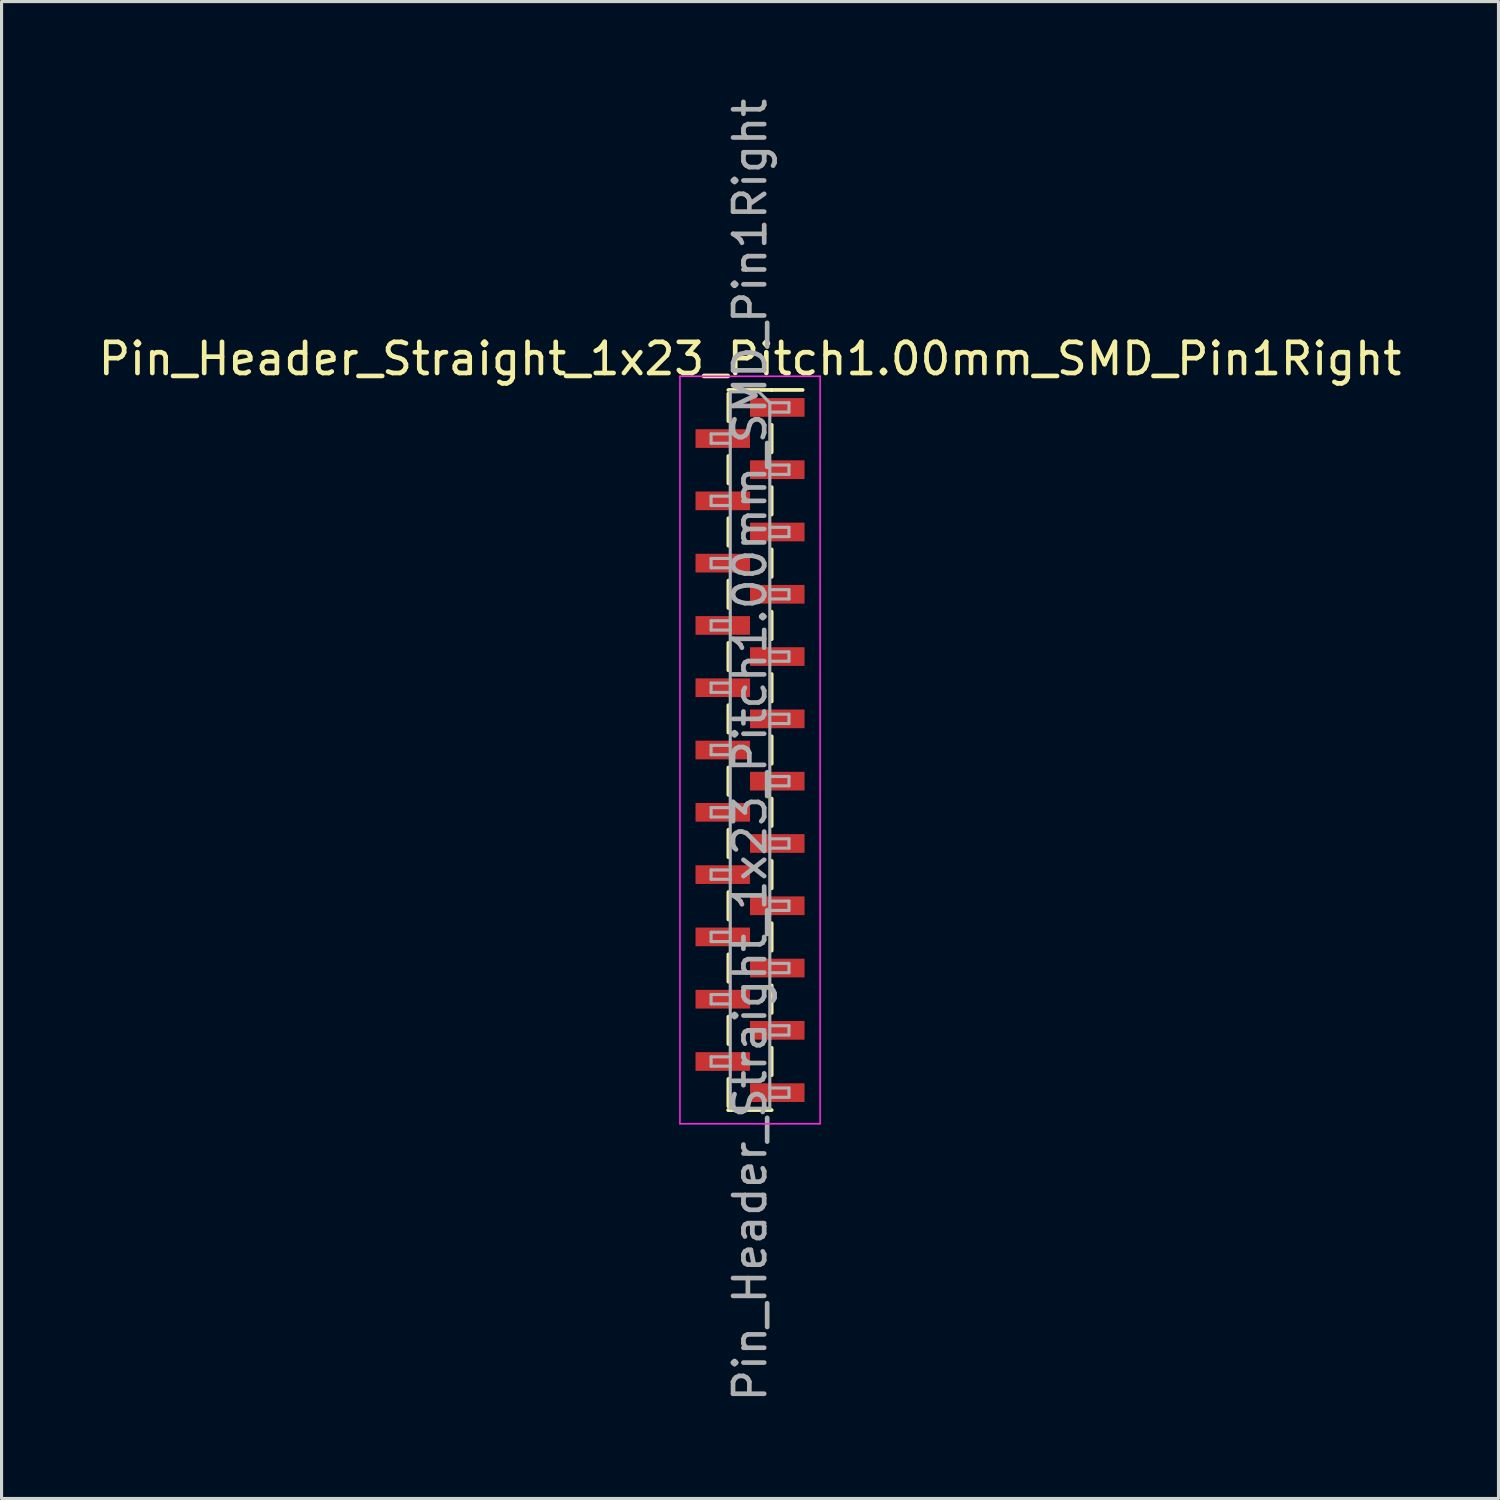
<source format=kicad_pcb>
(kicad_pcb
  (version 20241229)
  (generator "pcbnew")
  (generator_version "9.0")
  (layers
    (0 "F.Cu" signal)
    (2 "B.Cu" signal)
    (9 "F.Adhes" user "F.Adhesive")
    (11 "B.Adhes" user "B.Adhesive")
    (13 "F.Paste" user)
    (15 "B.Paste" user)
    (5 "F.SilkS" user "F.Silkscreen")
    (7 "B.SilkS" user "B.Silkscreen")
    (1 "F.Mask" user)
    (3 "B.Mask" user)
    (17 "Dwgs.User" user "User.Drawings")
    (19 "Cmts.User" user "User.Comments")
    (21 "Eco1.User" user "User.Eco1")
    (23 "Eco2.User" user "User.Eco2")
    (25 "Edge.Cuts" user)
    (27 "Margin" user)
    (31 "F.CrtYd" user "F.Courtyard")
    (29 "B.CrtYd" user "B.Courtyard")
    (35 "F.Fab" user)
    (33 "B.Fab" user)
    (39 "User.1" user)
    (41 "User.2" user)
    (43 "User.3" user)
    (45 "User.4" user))
  (footprint "Pin_Header_Straight_1x23_Pitch1.00mm_SMD_Pin1Right"
    (layer "F.Cu")
    (at 21.03 21.03)
    (property "Reference" "Pin_Header_Straight_1x23_Pitch1.00mm_SMD_Pin1Right" (at 0 -12.56 0) (layer "F.SilkS") (effects (font (size 1 1) (thickness 0.15))))
    (attr smd)
    (fp_line (start -0.695 -11.56) (end 0.695 -11.56) (stroke (width 0.12) (type solid)) (layer "F.SilkS"))
    (fp_line (start -0.695 -11.44) (end -0.695 -10.56) (stroke (width 0.12) (type solid)) (layer "F.SilkS"))
    (fp_line (start -0.695 -9.44) (end -0.695 -8.56) (stroke (width 0.12) (type solid)) (layer "F.SilkS"))
    (fp_line (start -0.695 -7.44) (end -0.695 -6.56) (stroke (width 0.12) (type solid)) (layer "F.SilkS"))
    (fp_line (start -0.695 -5.44) (end -0.695 -4.56) (stroke (width 0.12) (type solid)) (layer "F.SilkS"))
    (fp_line (start -0.695 -3.44) (end -0.695 -2.56) (stroke (width 0.12) (type solid)) (layer "F.SilkS"))
    (fp_line (start -0.695 -1.44) (end -0.695 -0.56) (stroke (width 0.12) (type solid)) (layer "F.SilkS"))
    (fp_line (start -0.695 0.56) (end -0.695 1.44) (stroke (width 0.12) (type solid)) (layer "F.SilkS"))
    (fp_line (start -0.695 2.56) (end -0.695 3.44) (stroke (width 0.12) (type solid)) (layer "F.SilkS"))
    (fp_line (start -0.695 4.56) (end -0.695 5.44) (stroke (width 0.12) (type solid)) (layer "F.SilkS"))
    (fp_line (start -0.695 6.56) (end -0.695 7.44) (stroke (width 0.12) (type solid)) (layer "F.SilkS"))
    (fp_line (start -0.695 8.56) (end -0.695 9.44) (stroke (width 0.12) (type solid)) (layer "F.SilkS"))
    (fp_line (start -0.695 10.56) (end -0.695 11.44) (stroke (width 0.12) (type solid)) (layer "F.SilkS"))
    (fp_line (start -0.695 11.56) (end -0.695 11.56) (stroke (width 0.12) (type solid)) (layer "F.SilkS"))
    (fp_line (start -0.695 11.56) (end 0.695 11.56) (stroke (width 0.12) (type solid)) (layer "F.SilkS"))
    (fp_line (start 0.695 -11.56) (end 0.695 -11.56) (stroke (width 0.12) (type solid)) (layer "F.SilkS"))
    (fp_line (start 0.695 -11.56) (end 1.69 -11.56) (stroke (width 0.12) (type solid)) (layer "F.SilkS"))
    (fp_line (start 0.695 -10.44) (end 0.695 -9.56) (stroke (width 0.12) (type solid)) (layer "F.SilkS"))
    (fp_line (start 0.695 -8.44) (end 0.695 -7.56) (stroke (width 0.12) (type solid)) (layer "F.SilkS"))
    (fp_line (start 0.695 -6.44) (end 0.695 -5.56) (stroke (width 0.12) (type solid)) (layer "F.SilkS"))
    (fp_line (start 0.695 -4.44) (end 0.695 -3.56) (stroke (width 0.12) (type solid)) (layer "F.SilkS"))
    (fp_line (start 0.695 -2.44) (end 0.695 -1.56) (stroke (width 0.12) (type solid)) (layer "F.SilkS"))
    (fp_line (start 0.695 -0.44) (end 0.695 0.44) (stroke (width 0.12) (type solid)) (layer "F.SilkS"))
    (fp_line (start 0.695 1.56) (end 0.695 2.44) (stroke (width 0.12) (type solid)) (layer "F.SilkS"))
    (fp_line (start 0.695 3.56) (end 0.695 4.44) (stroke (width 0.12) (type solid)) (layer "F.SilkS"))
    (fp_line (start 0.695 5.56) (end 0.695 6.44) (stroke (width 0.12) (type solid)) (layer "F.SilkS"))
    (fp_line (start 0.695 7.56) (end 0.695 8.44) (stroke (width 0.12) (type solid)) (layer "F.SilkS"))
    (fp_line (start 0.695 9.56) (end 0.695 10.44) (stroke (width 0.12) (type solid)) (layer "F.SilkS"))
    (fp_line (start -2.25 -12) (end -2.25 12) (stroke (width 0.05) (type solid)) (layer "F.CrtYd"))
    (fp_line (start -2.25 12) (end 2.25 12) (stroke (width 0.05) (type solid)) (layer "F.CrtYd"))
    (fp_line (start 2.25 -12) (end -2.25 -12) (stroke (width 0.05) (type solid)) (layer "F.CrtYd"))
    (fp_line (start 2.25 12) (end 2.25 -12) (stroke (width 0.05) (type solid)) (layer "F.CrtYd"))
    (fp_line (start -1.25 -10.15) (end -1.25 -9.85) (stroke (width 0.1) (type solid)) (layer "F.Fab"))
    (fp_line (start -1.25 -9.85) (end -0.635 -9.85) (stroke (width 0.1) (type solid)) (layer "F.Fab"))
    (fp_line (start -1.25 -8.15) (end -1.25 -7.85) (stroke (width 0.1) (type solid)) (layer "F.Fab"))
    (fp_line (start -1.25 -7.85) (end -0.635 -7.85) (stroke (width 0.1) (type solid)) (layer "F.Fab"))
    (fp_line (start -1.25 -6.15) (end -1.25 -5.85) (stroke (width 0.1) (type solid)) (layer "F.Fab"))
    (fp_line (start -1.25 -5.85) (end -0.635 -5.85) (stroke (width 0.1) (type solid)) (layer "F.Fab"))
    (fp_line (start -1.25 -4.15) (end -1.25 -3.85) (stroke (width 0.1) (type solid)) (layer "F.Fab"))
    (fp_line (start -1.25 -3.85) (end -0.635 -3.85) (stroke (width 0.1) (type solid)) (layer "F.Fab"))
    (fp_line (start -1.25 -2.15) (end -1.25 -1.85) (stroke (width 0.1) (type solid)) (layer "F.Fab"))
    (fp_line (start -1.25 -1.85) (end -0.635 -1.85) (stroke (width 0.1) (type solid)) (layer "F.Fab"))
    (fp_line (start -1.25 -0.15) (end -1.25 0.15) (stroke (width 0.1) (type solid)) (layer "F.Fab"))
    (fp_line (start -1.25 0.15) (end -0.635 0.15) (stroke (width 0.1) (type solid)) (layer "F.Fab"))
    (fp_line (start -1.25 1.85) (end -1.25 2.15) (stroke (width 0.1) (type solid)) (layer "F.Fab"))
    (fp_line (start -1.25 2.15) (end -0.635 2.15) (stroke (width 0.1) (type solid)) (layer "F.Fab"))
    (fp_line (start -1.25 3.85) (end -1.25 4.15) (stroke (width 0.1) (type solid)) (layer "F.Fab"))
    (fp_line (start -1.25 4.15) (end -0.635 4.15) (stroke (width 0.1) (type solid)) (layer "F.Fab"))
    (fp_line (start -1.25 5.85) (end -1.25 6.15) (stroke (width 0.1) (type solid)) (layer "F.Fab"))
    (fp_line (start -1.25 6.15) (end -0.635 6.15) (stroke (width 0.1) (type solid)) (layer "F.Fab"))
    (fp_line (start -1.25 7.85) (end -1.25 8.15) (stroke (width 0.1) (type solid)) (layer "F.Fab"))
    (fp_line (start -1.25 8.15) (end -0.635 8.15) (stroke (width 0.1) (type solid)) (layer "F.Fab"))
    (fp_line (start -1.25 9.85) (end -1.25 10.15) (stroke (width 0.1) (type solid)) (layer "F.Fab"))
    (fp_line (start -1.25 10.15) (end -0.635 10.15) (stroke (width 0.1) (type solid)) (layer "F.Fab"))
    (fp_line (start -0.635 -11.5) (end -0.635 11.5) (stroke (width 0.1) (type solid)) (layer "F.Fab"))
    (fp_line (start -0.635 -11.5) (end 0.285 -11.5) (stroke (width 0.1) (type solid)) (layer "F.Fab"))
    (fp_line (start -0.635 -10.15) (end -1.25 -10.15) (stroke (width 0.1) (type solid)) (layer "F.Fab"))
    (fp_line (start -0.635 -8.15) (end -1.25 -8.15) (stroke (width 0.1) (type solid)) (layer "F.Fab"))
    (fp_line (start -0.635 -6.15) (end -1.25 -6.15) (stroke (width 0.1) (type solid)) (layer "F.Fab"))
    (fp_line (start -0.635 -4.15) (end -1.25 -4.15) (stroke (width 0.1) (type solid)) (layer "F.Fab"))
    (fp_line (start -0.635 -2.15) (end -1.25 -2.15) (stroke (width 0.1) (type solid)) (layer "F.Fab"))
    (fp_line (start -0.635 -0.15) (end -1.25 -0.15) (stroke (width 0.1) (type solid)) (layer "F.Fab"))
    (fp_line (start -0.635 1.85) (end -1.25 1.85) (stroke (width 0.1) (type solid)) (layer "F.Fab"))
    (fp_line (start -0.635 3.85) (end -1.25 3.85) (stroke (width 0.1) (type solid)) (layer "F.Fab"))
    (fp_line (start -0.635 5.85) (end -1.25 5.85) (stroke (width 0.1) (type solid)) (layer "F.Fab"))
    (fp_line (start -0.635 7.85) (end -1.25 7.85) (stroke (width 0.1) (type solid)) (layer "F.Fab"))
    (fp_line (start -0.635 9.85) (end -1.25 9.85) (stroke (width 0.1) (type solid)) (layer "F.Fab"))
    (fp_line (start 0.635 -11.15) (end 0.285 -11.5) (stroke (width 0.1) (type solid)) (layer "F.Fab"))
    (fp_line (start 0.635 -11.15) (end 1.25 -11.15) (stroke (width 0.1) (type solid)) (layer "F.Fab"))
    (fp_line (start 0.635 -9.15) (end 1.25 -9.15) (stroke (width 0.1) (type solid)) (layer "F.Fab"))
    (fp_line (start 0.635 -7.15) (end 1.25 -7.15) (stroke (width 0.1) (type solid)) (layer "F.Fab"))
    (fp_line (start 0.635 -5.15) (end 1.25 -5.15) (stroke (width 0.1) (type solid)) (layer "F.Fab"))
    (fp_line (start 0.635 -3.15) (end 1.25 -3.15) (stroke (width 0.1) (type solid)) (layer "F.Fab"))
    (fp_line (start 0.635 -1.15) (end 1.25 -1.15) (stroke (width 0.1) (type solid)) (layer "F.Fab"))
    (fp_line (start 0.635 0.85) (end 1.25 0.85) (stroke (width 0.1) (type solid)) (layer "F.Fab"))
    (fp_line (start 0.635 2.85) (end 1.25 2.85) (stroke (width 0.1) (type solid)) (layer "F.Fab"))
    (fp_line (start 0.635 4.85) (end 1.25 4.85) (stroke (width 0.1) (type solid)) (layer "F.Fab"))
    (fp_line (start 0.635 6.85) (end 1.25 6.85) (stroke (width 0.1) (type solid)) (layer "F.Fab"))
    (fp_line (start 0.635 8.85) (end 1.25 8.85) (stroke (width 0.1) (type solid)) (layer "F.Fab"))
    (fp_line (start 0.635 10.85) (end 1.25 10.85) (stroke (width 0.1) (type solid)) (layer "F.Fab"))
    (fp_line (start 0.635 11.5) (end -0.635 11.5) (stroke (width 0.1) (type solid)) (layer "F.Fab"))
    (fp_line (start 0.635 11.5) (end 0.635 -11.15) (stroke (width 0.1) (type solid)) (layer "F.Fab"))
    (fp_line (start 1.25 -11.15) (end 1.25 -10.85) (stroke (width 0.1) (type solid)) (layer "F.Fab"))
    (fp_line (start 1.25 -10.85) (end 0.635 -10.85) (stroke (width 0.1) (type solid)) (layer "F.Fab"))
    (fp_line (start 1.25 -9.15) (end 1.25 -8.85) (stroke (width 0.1) (type solid)) (layer "F.Fab"))
    (fp_line (start 1.25 -8.85) (end 0.635 -8.85) (stroke (width 0.1) (type solid)) (layer "F.Fab"))
    (fp_line (start 1.25 -7.15) (end 1.25 -6.85) (stroke (width 0.1) (type solid)) (layer "F.Fab"))
    (fp_line (start 1.25 -6.85) (end 0.635 -6.85) (stroke (width 0.1) (type solid)) (layer "F.Fab"))
    (fp_line (start 1.25 -5.15) (end 1.25 -4.85) (stroke (width 0.1) (type solid)) (layer "F.Fab"))
    (fp_line (start 1.25 -4.85) (end 0.635 -4.85) (stroke (width 0.1) (type solid)) (layer "F.Fab"))
    (fp_line (start 1.25 -3.15) (end 1.25 -2.85) (stroke (width 0.1) (type solid)) (layer "F.Fab"))
    (fp_line (start 1.25 -2.85) (end 0.635 -2.85) (stroke (width 0.1) (type solid)) (layer "F.Fab"))
    (fp_line (start 1.25 -1.15) (end 1.25 -0.85) (stroke (width 0.1) (type solid)) (layer "F.Fab"))
    (fp_line (start 1.25 -0.85) (end 0.635 -0.85) (stroke (width 0.1) (type solid)) (layer "F.Fab"))
    (fp_line (start 1.25 0.85) (end 1.25 1.15) (stroke (width 0.1) (type solid)) (layer "F.Fab"))
    (fp_line (start 1.25 1.15) (end 0.635 1.15) (stroke (width 0.1) (type solid)) (layer "F.Fab"))
    (fp_line (start 1.25 2.85) (end 1.25 3.15) (stroke (width 0.1) (type solid)) (layer "F.Fab"))
    (fp_line (start 1.25 3.15) (end 0.635 3.15) (stroke (width 0.1) (type solid)) (layer "F.Fab"))
    (fp_line (start 1.25 4.85) (end 1.25 5.15) (stroke (width 0.1) (type solid)) (layer "F.Fab"))
    (fp_line (start 1.25 5.15) (end 0.635 5.15) (stroke (width 0.1) (type solid)) (layer "F.Fab"))
    (fp_line (start 1.25 6.85) (end 1.25 7.15) (stroke (width 0.1) (type solid)) (layer "F.Fab"))
    (fp_line (start 1.25 7.15) (end 0.635 7.15) (stroke (width 0.1) (type solid)) (layer "F.Fab"))
    (fp_line (start 1.25 8.85) (end 1.25 9.15) (stroke (width 0.1) (type solid)) (layer "F.Fab"))
    (fp_line (start 1.25 9.15) (end 0.635 9.15) (stroke (width 0.1) (type solid)) (layer "F.Fab"))
    (fp_line (start 1.25 10.85) (end 1.25 11.15) (stroke (width 0.1) (type solid)) (layer "F.Fab"))
    (fp_line (start 1.25 11.15) (end 0.635 11.15) (stroke (width 0.1) (type solid)) (layer "F.Fab"))
    (fp_text user "${REFERENCE}" (at 0 0 90) (layer "F.Fab") (effects (font (size 1 1) (thickness 0.15))))
    (pad "1" smd rect (at 0.875 -11) (size 1.75 0.6) (layers "F.Cu" "F.Mask" "F.Paste"))
    (pad "2" smd rect (at -0.875 -10) (size 1.75 0.6) (layers "F.Cu" "F.Mask" "F.Paste"))
    (pad "3" smd rect (at 0.875 -9) (size 1.75 0.6) (layers "F.Cu" "F.Mask" "F.Paste"))
    (pad "4" smd rect (at -0.875 -8) (size 1.75 0.6) (layers "F.Cu" "F.Mask" "F.Paste"))
    (pad "5" smd rect (at 0.875 -7) (size 1.75 0.6) (layers "F.Cu" "F.Mask" "F.Paste"))
    (pad "6" smd rect (at -0.875 -6) (size 1.75 0.6) (layers "F.Cu" "F.Mask" "F.Paste"))
    (pad "7" smd rect (at 0.875 -5) (size 1.75 0.6) (layers "F.Cu" "F.Mask" "F.Paste"))
    (pad "8" smd rect (at -0.875 -4) (size 1.75 0.6) (layers "F.Cu" "F.Mask" "F.Paste"))
    (pad "9" smd rect (at 0.875 -3) (size 1.75 0.6) (layers "F.Cu" "F.Mask" "F.Paste"))
    (pad "10" smd rect (at -0.875 -2) (size 1.75 0.6) (layers "F.Cu" "F.Mask" "F.Paste"))
    (pad "11" smd rect (at 0.875 -1) (size 1.75 0.6) (layers "F.Cu" "F.Mask" "F.Paste"))
    (pad "12" smd rect (at -0.875 0) (size 1.75 0.6) (layers "F.Cu" "F.Mask" "F.Paste"))
    (pad "13" smd rect (at 0.875 1) (size 1.75 0.6) (layers "F.Cu" "F.Mask" "F.Paste"))
    (pad "14" smd rect (at -0.875 2) (size 1.75 0.6) (layers "F.Cu" "F.Mask" "F.Paste"))
    (pad "15" smd rect (at 0.875 3) (size 1.75 0.6) (layers "F.Cu" "F.Mask" "F.Paste"))
    (pad "16" smd rect (at -0.875 4) (size 1.75 0.6) (layers "F.Cu" "F.Mask" "F.Paste"))
    (pad "17" smd rect (at 0.875 5) (size 1.75 0.6) (layers "F.Cu" "F.Mask" "F.Paste"))
    (pad "18" smd rect (at -0.875 6) (size 1.75 0.6) (layers "F.Cu" "F.Mask" "F.Paste"))
    (pad "19" smd rect (at 0.875 7) (size 1.75 0.6) (layers "F.Cu" "F.Mask" "F.Paste"))
    (pad "20" smd rect (at -0.875 8) (size 1.75 0.6) (layers "F.Cu" "F.Mask" "F.Paste"))
    (pad "21" smd rect (at 0.875 9) (size 1.75 0.6) (layers "F.Cu" "F.Mask" "F.Paste"))
    (pad "22" smd rect (at -0.875 10) (size 1.75 0.6) (layers "F.Cu" "F.Mask" "F.Paste"))
    (pad "23" smd rect (at 0.875 11) (size 1.75 0.6) (layers "F.Cu" "F.Mask" "F.Paste")))
  (gr_rect
    (start -3 -3)
    (end 45.06 45.06)
    (stroke (width 0.1) (type default))
    (fill no)
    (layer "Edge.Cuts")))
</source>
